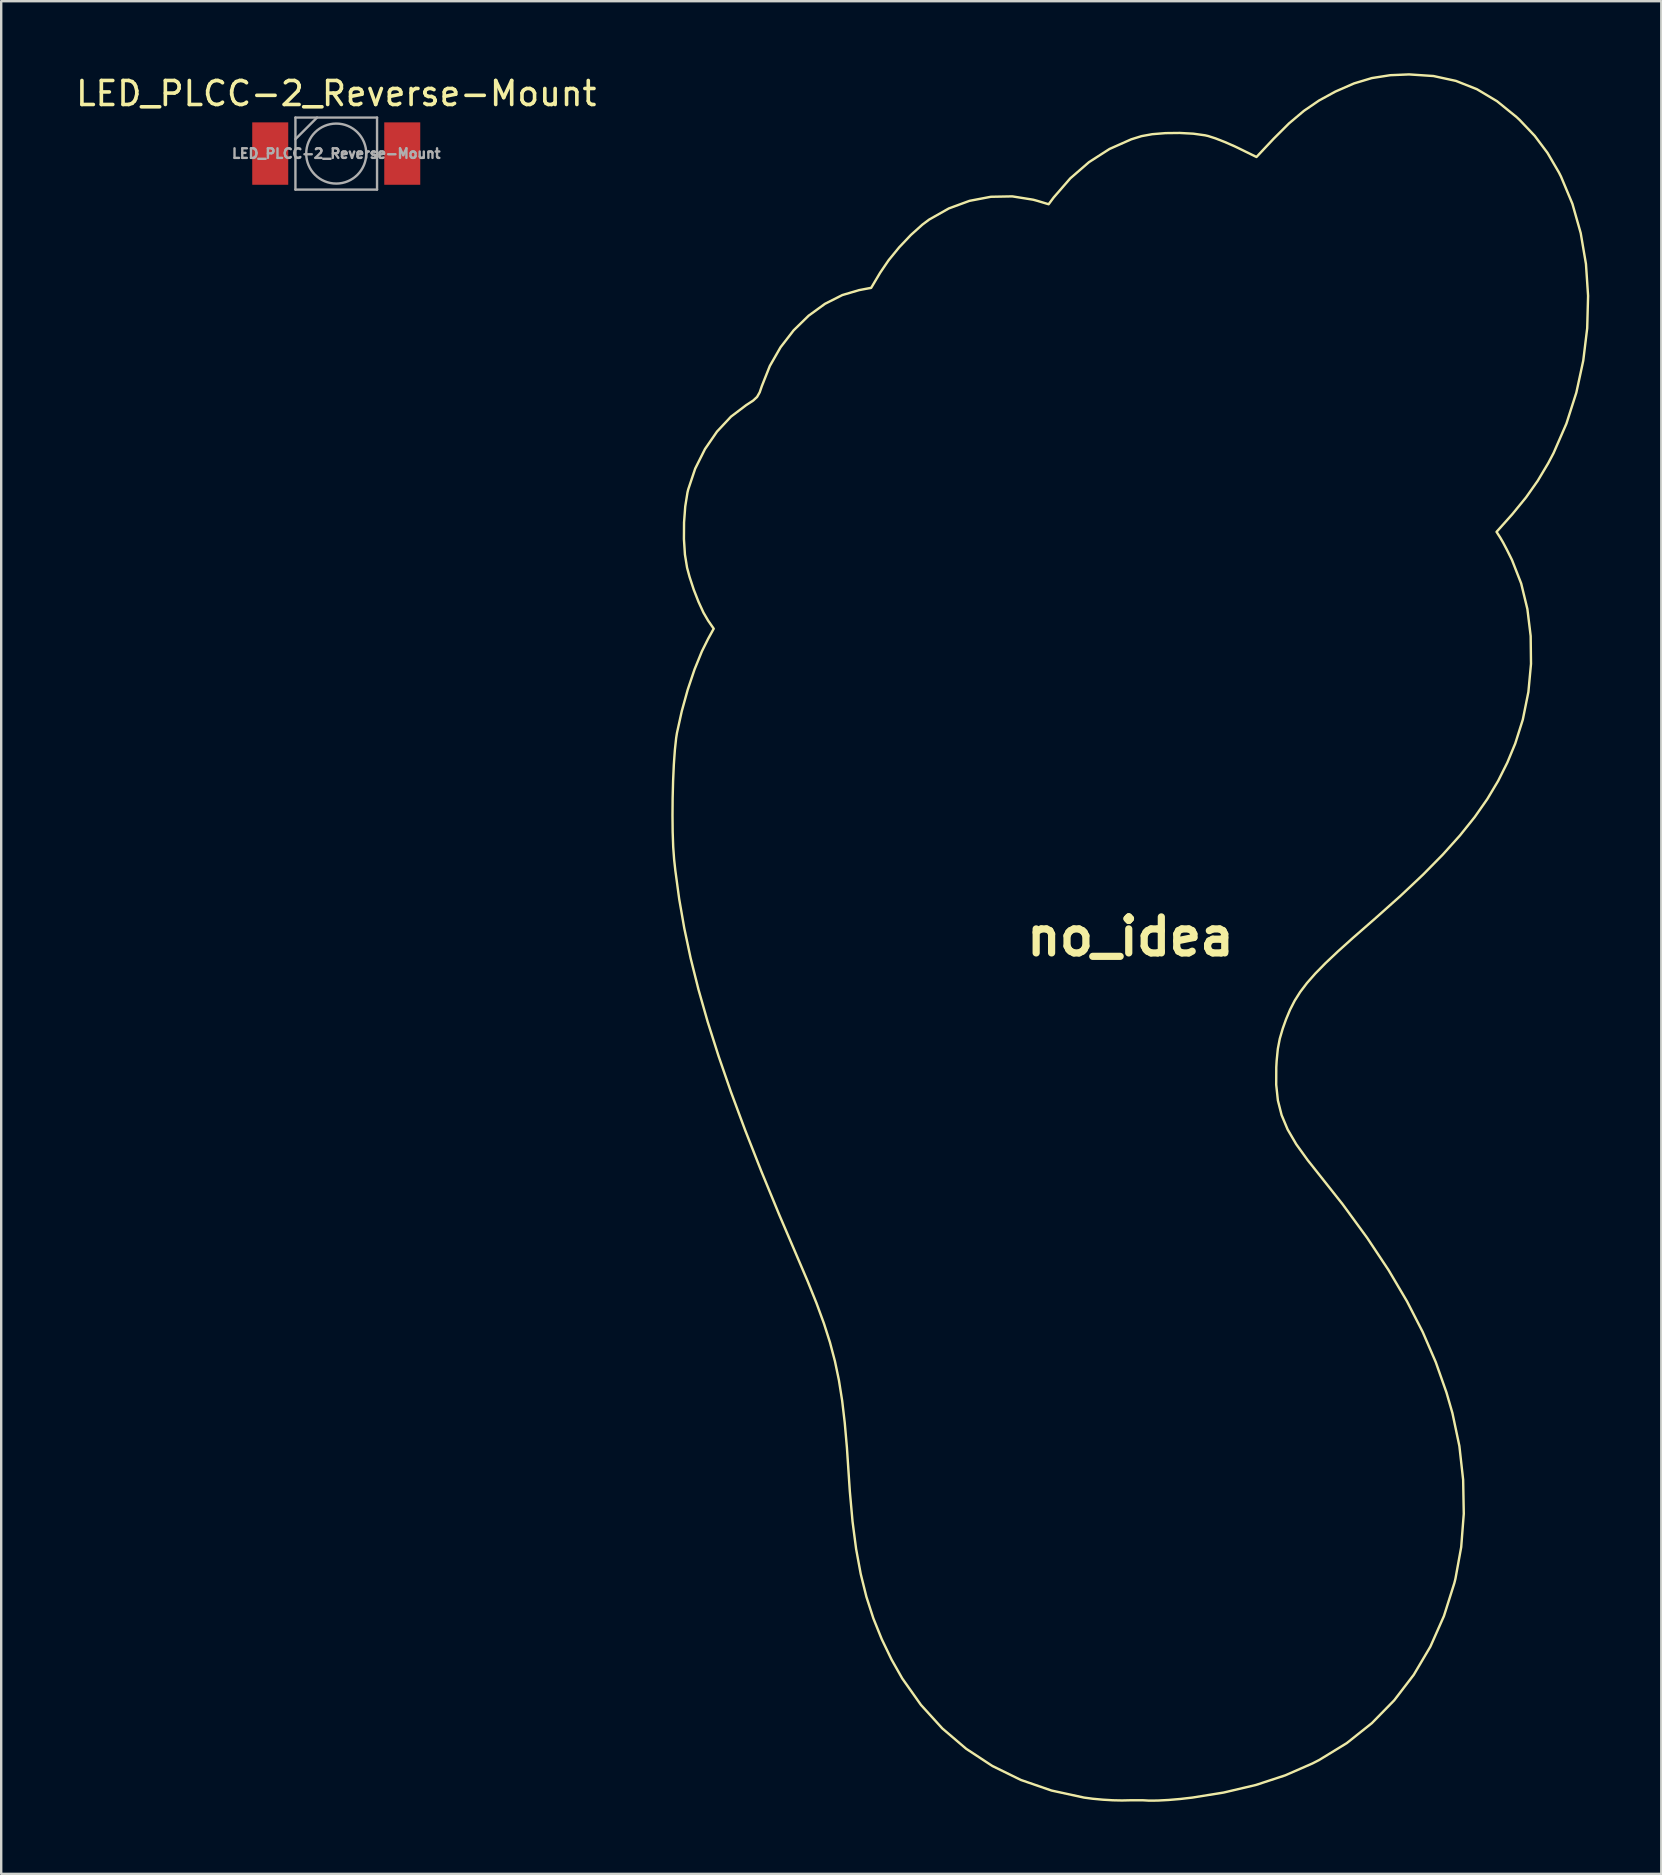
<source format=kicad_pcb>
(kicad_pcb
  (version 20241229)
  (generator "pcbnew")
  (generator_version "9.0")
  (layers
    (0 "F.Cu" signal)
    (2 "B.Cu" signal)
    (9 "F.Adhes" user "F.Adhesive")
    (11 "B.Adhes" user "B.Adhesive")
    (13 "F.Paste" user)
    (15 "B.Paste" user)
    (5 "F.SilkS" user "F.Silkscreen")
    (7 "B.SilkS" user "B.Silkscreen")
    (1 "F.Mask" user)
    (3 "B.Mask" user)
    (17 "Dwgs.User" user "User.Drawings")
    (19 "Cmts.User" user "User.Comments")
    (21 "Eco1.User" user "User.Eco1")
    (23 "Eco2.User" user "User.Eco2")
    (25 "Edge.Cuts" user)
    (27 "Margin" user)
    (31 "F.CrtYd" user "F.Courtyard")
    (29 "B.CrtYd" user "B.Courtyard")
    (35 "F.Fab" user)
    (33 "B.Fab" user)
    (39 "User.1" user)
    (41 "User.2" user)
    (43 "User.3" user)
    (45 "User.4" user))
  (footprint "no_idea"
    (layer "F.Cu")
    (at 44.046 35.971)
    (property "Reference" "no_idea" (at 0 0 0) (layer "F.SilkS") (effects (font (size 1.5 1.5) (thickness 0.3))))
    (attr board_only exclude_from_pos_files exclude_from_bom)
    (fp_poly (pts (xy 12.622 -35.854) (xy 13.558 -35.651) (xy 14.435 -35.304) (xy 15.269 -34.806) (xy 16.081 -34.148) (xy 16.211 -34.027) (xy 16.842 -33.362) (xy 17.374 -32.652) (xy 17.848 -31.84) (xy 17.936 -31.666) (xy 18.412 -30.53) (xy 18.758 -29.309) (xy 18.976 -28.025) (xy 19.065 -26.697) (xy 19.028 -25.347) (xy 18.864 -23.996) (xy 18.576 -22.665) (xy 18.163 -21.374) (xy 17.627 -20.146) (xy 17.404 -19.723) (xy 16.965 -18.987) (xy 16.482 -18.301) (xy 15.913 -17.605) (xy 15.743 -17.413) (xy 15.251 -16.863) (xy 15.413 -16.611) (xy 15.525 -16.418) (xy 15.679 -16.126) (xy 15.847 -15.789) (xy 15.897 -15.686) (xy 16.278 -14.712) (xy 16.536 -13.649) (xy 16.673 -12.524) (xy 16.687 -11.363) (xy 16.578 -10.193) (xy 16.346 -9.043) (xy 16.03 -8.044) (xy 15.701 -7.252) (xy 15.317 -6.486) (xy 14.868 -5.734) (xy 14.342 -4.982) (xy 13.727 -4.215) (xy 13.014 -3.421) (xy 12.19 -2.584) (xy 11.245 -1.693) (xy 10.167 -0.732) (xy 10.009 -0.594) (xy 9.267 0.054) (xy 8.645 0.614) (xy 8.127 1.103) (xy 7.702 1.537) (xy 7.355 1.931) (xy 7.073 2.303) (xy 6.842 2.668) (xy 6.65 3.043) (xy 6.482 3.443) (xy 6.345 3.827) (xy 6.221 4.251) (xy 6.139 4.678) (xy 6.09 5.176) (xy 6.075 5.445) (xy 6.072 6.172) (xy 6.142 6.825) (xy 6.297 7.435) (xy 6.547 8.032) (xy 6.906 8.648) (xy 7.385 9.314) (xy 7.678 9.683) (xy 8.84 11.151) (xy 9.862 12.55) (xy 10.754 13.894) (xy 11.523 15.197) (xy 12.176 16.472) (xy 12.721 17.733) (xy 13.166 18.994) (xy 13.413 19.849) (xy 13.703 21.223) (xy 13.86 22.633) (xy 13.886 24.047) (xy 13.779 25.431) (xy 13.539 26.75) (xy 13.493 26.934) (xy 13.06 28.304) (xy 12.495 29.579) (xy 11.802 30.752) (xy 10.987 31.817) (xy 10.055 32.769) (xy 9.01 33.6) (xy 7.857 34.305) (xy 7.582 34.446) (xy 6.446 34.942) (xy 5.22 35.344) (xy 3.884 35.658) (xy 2.579 35.868) (xy 2.066 35.927) (xy 1.579 35.968) (xy 1.142 35.991) (xy 0.781 35.995) (xy 0.521 35.98) (xy -0.039 35.981) (xy -0.353 35.988) (xy -0.737 35.98) (xy -1.157 35.955) (xy -1.581 35.915) (xy -1.934 35.868) (xy -3.29 35.574) (xy -4.564 35.134) (xy -5.751 34.553) (xy -6.844 33.835) (xy -7.839 32.986) (xy -8.728 32.008) (xy -9.506 30.907) (xy -9.953 30.118) (xy -10.364 29.263) (xy -10.712 28.399) (xy -11.001 27.503) (xy -11.238 26.549) (xy -11.429 25.514) (xy -11.578 24.372) (xy -11.692 23.101) (xy -11.735 22.456) (xy -11.813 21.287) (xy -11.903 20.256) (xy -12.011 19.332) (xy -12.145 18.486) (xy -12.312 17.688) (xy -12.518 16.907) (xy -12.771 16.113) (xy -13.078 15.276) (xy -13.445 14.365) (xy -13.796 13.542) (xy -14.631 11.59) (xy -15.381 9.769) (xy -16.051 8.066) (xy -16.644 6.47) (xy -17.163 4.968) (xy -17.614 3.547) (xy -17.999 2.195) (xy -18.323 0.901) (xy -18.588 -0.349) (xy -18.8 -1.566) (xy -18.962 -2.764) (xy -19.012 -3.223) (xy -19.05 -3.739) (xy -19.072 -4.36) (xy -19.079 -5.05) (xy -19.073 -5.773) (xy -19.054 -6.493) (xy -19.023 -7.174) (xy -18.98 -7.778) (xy -18.927 -8.272) (xy -18.893 -8.486) (xy -18.694 -9.389) (xy -18.446 -10.285) (xy -18.162 -11.13) (xy -17.855 -11.885) (xy -17.595 -12.407) (xy -17.362 -12.829) (xy -17.594 -13.164) (xy -17.788 -13.497) (xy -17.994 -13.946) (xy -18.195 -14.459) (xy -18.368 -14.986) (xy -18.472 -15.371) (xy -18.561 -15.919) (xy -18.603 -16.567) (xy -18.598 -17.256) (xy -18.548 -17.924) (xy -18.454 -18.51) (xy -18.425 -18.629) (xy -18.133 -19.499) (xy -17.726 -20.312) (xy -17.224 -21.042) (xy -16.643 -21.663) (xy -16.004 -22.147) (xy -15.986 -22.158) (xy -15.719 -22.332) (xy -15.555 -22.485) (xy -15.447 -22.675) (xy -15.357 -22.936) (xy -15.025 -23.773) (xy -14.578 -24.553) (xy -14.033 -25.258) (xy -13.41 -25.867) (xy -12.728 -26.363) (xy -12.006 -26.728) (xy -11.306 -26.934) (xy -10.802 -27.03) (xy -10.427 -27.661) (xy -10.074 -28.181) (xy -9.634 -28.719) (xy -9.151 -29.229) (xy -8.667 -29.664) (xy -8.383 -29.876) (xy -7.568 -30.337) (xy -6.705 -30.654) (xy -5.815 -30.823) (xy -4.923 -30.84) (xy -4.052 -30.701) (xy -3.87 -30.651) (xy -3.409 -30.512) (xy -3.198 -30.795) (xy -2.509 -31.589) (xy -1.726 -32.267) (xy -0.872 -32.815) (xy 0.033 -33.217) (xy 0.463 -33.35) (xy 0.91 -33.431) (xy 1.459 -33.475) (xy 2.05 -33.482) (xy 2.62 -33.452) (xy 3.107 -33.384) (xy 3.238 -33.354) (xy 3.545 -33.255) (xy 3.934 -33.103) (xy 4.339 -32.926) (xy 4.496 -32.851) (xy 5.25 -32.481) (xy 5.965 -33.241) (xy 6.608 -33.882) (xy 7.225 -34.402) (xy 7.859 -34.835) (xy 8.537 -35.206) (xy 9.316 -35.546) (xy 10.055 -35.768) (xy 10.82 -35.888) (xy 11.607 -35.921)) (stroke (width 0.01) (type solid)) (fill no) (layer "F.SilkS"))
    (fp_poly (pts (xy 12.622 -35.854) (xy 13.558 -35.651) (xy 14.435 -35.304) (xy 15.269 -34.806) (xy 16.081 -34.148) (xy 16.211 -34.027) (xy 16.842 -33.362) (xy 17.374 -32.652) (xy 17.848 -31.84) (xy 17.936 -31.666) (xy 18.412 -30.53) (xy 18.758 -29.309) (xy 18.976 -28.025) (xy 19.065 -26.697) (xy 19.028 -25.347) (xy 18.864 -23.996) (xy 18.576 -22.665) (xy 18.163 -21.374) (xy 17.627 -20.146) (xy 17.404 -19.723) (xy 16.965 -18.987) (xy 16.482 -18.301) (xy 15.913 -17.605) (xy 15.743 -17.413) (xy 15.251 -16.863) (xy 15.413 -16.611) (xy 15.525 -16.418) (xy 15.679 -16.126) (xy 15.847 -15.789) (xy 15.897 -15.686) (xy 16.278 -14.712) (xy 16.536 -13.649) (xy 16.673 -12.524) (xy 16.687 -11.363) (xy 16.578 -10.193) (xy 16.346 -9.043) (xy 16.03 -8.044) (xy 15.701 -7.252) (xy 15.317 -6.486) (xy 14.868 -5.734) (xy 14.342 -4.982) (xy 13.727 -4.215) (xy 13.014 -3.421) (xy 12.19 -2.584) (xy 11.245 -1.693) (xy 10.167 -0.732) (xy 10.009 -0.594) (xy 9.267 0.054) (xy 8.645 0.614) (xy 8.127 1.103) (xy 7.702 1.537) (xy 7.355 1.931) (xy 7.073 2.303) (xy 6.842 2.668) (xy 6.65 3.043) (xy 6.482 3.443) (xy 6.345 3.827) (xy 6.221 4.251) (xy 6.139 4.678) (xy 6.09 5.176) (xy 6.075 5.445) (xy 6.072 6.172) (xy 6.142 6.825) (xy 6.297 7.435) (xy 6.547 8.032) (xy 6.906 8.648) (xy 7.385 9.314) (xy 7.678 9.683) (xy 8.84 11.151) (xy 9.862 12.55) (xy 10.754 13.894) (xy 11.523 15.197) (xy 12.176 16.472) (xy 12.721 17.733) (xy 13.166 18.994) (xy 13.413 19.849) (xy 13.703 21.223) (xy 13.86 22.633) (xy 13.886 24.047) (xy 13.779 25.431) (xy 13.539 26.75) (xy 13.493 26.934) (xy 13.06 28.304) (xy 12.495 29.579) (xy 11.802 30.752) (xy 10.987 31.817) (xy 10.055 32.769) (xy 9.01 33.6) (xy 7.857 34.305) (xy 7.582 34.446) (xy 6.446 34.942) (xy 5.22 35.344) (xy 3.884 35.658) (xy 2.579 35.868) (xy 2.066 35.927) (xy 1.579 35.968) (xy 1.142 35.991) (xy 0.781 35.995) (xy 0.521 35.98) (xy -0.039 35.981) (xy -0.353 35.988) (xy -0.737 35.98) (xy -1.157 35.955) (xy -1.581 35.915) (xy -1.934 35.868) (xy -3.29 35.574) (xy -4.564 35.134) (xy -5.751 34.553) (xy -6.844 33.835) (xy -7.839 32.986) (xy -8.728 32.008) (xy -9.506 30.907) (xy -9.953 30.118) (xy -10.364 29.263) (xy -10.712 28.399) (xy -11.001 27.503) (xy -11.238 26.549) (xy -11.429 25.514) (xy -11.578 24.372) (xy -11.692 23.101) (xy -11.735 22.456) (xy -11.813 21.287) (xy -11.903 20.256) (xy -12.011 19.332) (xy -12.145 18.486) (xy -12.312 17.688) (xy -12.518 16.907) (xy -12.771 16.113) (xy -13.078 15.276) (xy -13.445 14.365) (xy -13.796 13.542) (xy -14.631 11.59) (xy -15.381 9.769) (xy -16.051 8.066) (xy -16.644 6.47) (xy -17.163 4.968) (xy -17.614 3.547) (xy -17.999 2.195) (xy -18.323 0.901) (xy -18.588 -0.349) (xy -18.8 -1.566) (xy -18.962 -2.764) (xy -19.012 -3.223) (xy -19.05 -3.739) (xy -19.072 -4.36) (xy -19.079 -5.05) (xy -19.073 -5.773) (xy -19.054 -6.493) (xy -19.023 -7.174) (xy -18.98 -7.778) (xy -18.927 -8.272) (xy -18.893 -8.486) (xy -18.694 -9.389) (xy -18.446 -10.285) (xy -18.162 -11.13) (xy -17.855 -11.885) (xy -17.595 -12.407) (xy -17.362 -12.829) (xy -17.594 -13.164) (xy -17.788 -13.497) (xy -17.994 -13.946) (xy -18.195 -14.459) (xy -18.368 -14.986) (xy -18.472 -15.371) (xy -18.561 -15.919) (xy -18.603 -16.567) (xy -18.598 -17.256) (xy -18.548 -17.924) (xy -18.454 -18.51) (xy -18.425 -18.629) (xy -18.133 -19.499) (xy -17.726 -20.312) (xy -17.224 -21.042) (xy -16.643 -21.663) (xy -16.004 -22.147) (xy -15.986 -22.158) (xy -15.719 -22.332) (xy -15.555 -22.485) (xy -15.447 -22.675) (xy -15.357 -22.936) (xy -15.025 -23.773) (xy -14.578 -24.553) (xy -14.033 -25.258) (xy -13.41 -25.867) (xy -12.728 -26.363) (xy -12.006 -26.728) (xy -11.306 -26.934) (xy -10.802 -27.03) (xy -10.427 -27.661) (xy -10.074 -28.181) (xy -9.634 -28.719) (xy -9.151 -29.229) (xy -8.667 -29.664) (xy -8.383 -29.876) (xy -7.568 -30.337) (xy -6.705 -30.654) (xy -5.815 -30.823) (xy -4.923 -30.84) (xy -4.052 -30.701) (xy -3.87 -30.651) (xy -3.409 -30.512) (xy -3.198 -30.795) (xy -2.509 -31.589) (xy -1.726 -32.267) (xy -0.872 -32.815) (xy 0.033 -33.217) (xy 0.463 -33.35) (xy 0.91 -33.431) (xy 1.459 -33.475) (xy 2.05 -33.482) (xy 2.62 -33.452) (xy 3.107 -33.384) (xy 3.238 -33.354) (xy 3.545 -33.255) (xy 3.934 -33.103) (xy 4.339 -32.926) (xy 4.496 -32.851) (xy 5.25 -32.481) (xy 5.965 -33.241) (xy 6.608 -33.882) (xy 7.225 -34.402) (xy 7.859 -34.835) (xy 8.537 -35.206) (xy 9.316 -35.546) (xy 10.055 -35.768) (xy 10.82 -35.888) (xy 11.607 -35.921)) (stroke (width 0.1) (type solid)) (fill no) (layer "F.SilkS"))
    (fp_poly (pts (xy 12.622 -35.854) (xy 13.558 -35.651) (xy 14.435 -35.304) (xy 15.269 -34.806) (xy 16.081 -34.148) (xy 16.211 -34.027) (xy 16.842 -33.362) (xy 17.374 -32.652) (xy 17.848 -31.84) (xy 17.936 -31.666) (xy 18.412 -30.53) (xy 18.758 -29.309) (xy 18.976 -28.025) (xy 19.065 -26.697) (xy 19.028 -25.347) (xy 18.864 -23.996) (xy 18.576 -22.665) (xy 18.163 -21.374) (xy 17.627 -20.146) (xy 17.404 -19.723) (xy 16.965 -18.987) (xy 16.482 -18.301) (xy 15.913 -17.605) (xy 15.743 -17.413) (xy 15.251 -16.863) (xy 15.413 -16.611) (xy 15.525 -16.418) (xy 15.679 -16.126) (xy 15.847 -15.789) (xy 15.897 -15.686) (xy 16.278 -14.712) (xy 16.536 -13.649) (xy 16.673 -12.524) (xy 16.687 -11.363) (xy 16.578 -10.193) (xy 16.346 -9.043) (xy 16.03 -8.044) (xy 15.701 -7.252) (xy 15.317 -6.486) (xy 14.868 -5.734) (xy 14.342 -4.982) (xy 13.727 -4.215) (xy 13.014 -3.421) (xy 12.19 -2.584) (xy 11.245 -1.693) (xy 10.167 -0.732) (xy 10.009 -0.594) (xy 9.267 0.054) (xy 8.645 0.614) (xy 8.127 1.103) (xy 7.702 1.537) (xy 7.355 1.931) (xy 7.073 2.303) (xy 6.842 2.668) (xy 6.65 3.043) (xy 6.482 3.443) (xy 6.345 3.827) (xy 6.221 4.251) (xy 6.139 4.678) (xy 6.09 5.176) (xy 6.075 5.445) (xy 6.072 6.172) (xy 6.142 6.825) (xy 6.297 7.435) (xy 6.547 8.032) (xy 6.906 8.648) (xy 7.385 9.314) (xy 7.678 9.683) (xy 8.84 11.151) (xy 9.862 12.55) (xy 10.754 13.894) (xy 11.523 15.197) (xy 12.176 16.472) (xy 12.721 17.733) (xy 13.166 18.994) (xy 13.413 19.849) (xy 13.703 21.223) (xy 13.86 22.633) (xy 13.886 24.047) (xy 13.779 25.431) (xy 13.539 26.75) (xy 13.493 26.934) (xy 13.06 28.304) (xy 12.495 29.579) (xy 11.802 30.752) (xy 10.987 31.817) (xy 10.055 32.769) (xy 9.01 33.6) (xy 7.857 34.305) (xy 7.582 34.446) (xy 6.446 34.942) (xy 5.22 35.344) (xy 3.884 35.658) (xy 2.579 35.868) (xy 2.066 35.927) (xy 1.579 35.968) (xy 1.142 35.991) (xy 0.781 35.995) (xy 0.521 35.98) (xy -0.039 35.981) (xy -0.353 35.988) (xy -0.737 35.98) (xy -1.157 35.955) (xy -1.581 35.915) (xy -1.934 35.868) (xy -3.29 35.574) (xy -4.564 35.134) (xy -5.751 34.553) (xy -6.844 33.835) (xy -7.839 32.986) (xy -8.728 32.008) (xy -9.506 30.907) (xy -9.953 30.118) (xy -10.364 29.263) (xy -10.712 28.399) (xy -11.001 27.503) (xy -11.238 26.549) (xy -11.429 25.514) (xy -11.578 24.372) (xy -11.692 23.101) (xy -11.735 22.456) (xy -11.813 21.287) (xy -11.903 20.256) (xy -12.011 19.332) (xy -12.145 18.486) (xy -12.312 17.688) (xy -12.518 16.907) (xy -12.771 16.113) (xy -13.078 15.276) (xy -13.445 14.365) (xy -13.796 13.542) (xy -14.631 11.59) (xy -15.381 9.769) (xy -16.051 8.066) (xy -16.644 6.47) (xy -17.163 4.968) (xy -17.614 3.547) (xy -17.999 2.195) (xy -18.323 0.901) (xy -18.588 -0.349) (xy -18.8 -1.566) (xy -18.962 -2.764) (xy -19.012 -3.223) (xy -19.05 -3.739) (xy -19.072 -4.36) (xy -19.079 -5.05) (xy -19.073 -5.773) (xy -19.054 -6.493) (xy -19.023 -7.174) (xy -18.98 -7.778) (xy -18.927 -8.272) (xy -18.893 -8.486) (xy -18.694 -9.389) (xy -18.446 -10.285) (xy -18.162 -11.13) (xy -17.855 -11.885) (xy -17.595 -12.407) (xy -17.362 -12.829) (xy -17.594 -13.164) (xy -17.788 -13.497) (xy -17.994 -13.946) (xy -18.195 -14.459) (xy -18.368 -14.986) (xy -18.472 -15.371) (xy -18.561 -15.919) (xy -18.603 -16.567) (xy -18.598 -17.256) (xy -18.548 -17.924) (xy -18.454 -18.51) (xy -18.425 -18.629) (xy -18.133 -19.499) (xy -17.726 -20.312) (xy -17.224 -21.042) (xy -16.643 -21.663) (xy -16.004 -22.147) (xy -15.986 -22.158) (xy -15.719 -22.332) (xy -15.555 -22.485) (xy -15.447 -22.675) (xy -15.357 -22.936) (xy -15.025 -23.773) (xy -14.578 -24.553) (xy -14.033 -25.258) (xy -13.41 -25.867) (xy -12.728 -26.363) (xy -12.006 -26.728) (xy -11.306 -26.934) (xy -10.802 -27.03) (xy -10.427 -27.661) (xy -10.074 -28.181) (xy -9.634 -28.719) (xy -9.151 -29.229) (xy -8.667 -29.664) (xy -8.383 -29.876) (xy -7.568 -30.337) (xy -6.705 -30.654) (xy -5.815 -30.823) (xy -4.923 -30.84) (xy -4.052 -30.701) (xy -3.87 -30.651) (xy -3.409 -30.512) (xy -3.198 -30.795) (xy -2.509 -31.589) (xy -1.726 -32.267) (xy -0.872 -32.815) (xy 0.033 -33.217) (xy 0.463 -33.35) (xy 0.91 -33.431) (xy 1.459 -33.475) (xy 2.05 -33.482) (xy 2.62 -33.452) (xy 3.107 -33.384) (xy 3.238 -33.354) (xy 3.545 -33.255) (xy 3.934 -33.103) (xy 4.339 -32.926) (xy 4.496 -32.851) (xy 5.25 -32.481) (xy 5.965 -33.241) (xy 6.608 -33.882) (xy 7.225 -34.402) (xy 7.859 -34.835) (xy 8.537 -35.206) (xy 9.316 -35.546) (xy 10.055 -35.768) (xy 10.82 -35.888) (xy 11.607 -35.921)) (stroke (width 0.01) (type solid)) (fill no) (layer "Edge.Cuts")))
  (footprint "LED_PLCC-2_Reverse-Mount"
    (layer "F.Cu")
    (at 10.958 3.348)
    (property "Reference" "LED_PLCC-2_Reverse-Mount" (at 0 -2.5 0) (layer "F.SilkS") (effects (font (size 1 1) (thickness 0.15))))
    (attr smd)
    (fp_line (start -1.7 -1.5) (end -1.7 1.5) (stroke (width 0.1) (type solid)) (layer "F.Fab"))
    (fp_line (start -1.7 -0.6) (end -0.8 -1.5) (stroke (width 0.1) (type solid)) (layer "F.Fab"))
    (fp_line (start -1.7 1.5) (end 1.7 1.5) (stroke (width 0.1) (type solid)) (layer "F.Fab"))
    (fp_line (start 1.7 -1.5) (end -1.7 -1.5) (stroke (width 0.1) (type solid)) (layer "F.Fab"))
    (fp_line (start 1.7 1.5) (end 1.7 -1.5) (stroke (width 0.1) (type solid)) (layer "F.Fab"))
    (fp_circle (center 0 0) (end 0 -1.25) (stroke (width 0.1) (type solid)) (fill no) (layer "F.Fab"))
    (fp_text user "${REFERENCE}" (at 0 0 0) (layer "F.Fab") (effects (font (size 0.4 0.4) (thickness 0.1))))
    (pad "1" smd rect (at -2.75 0) (size 1.5 2.6) (layers "F.Cu" "F.Mask" "F.Paste"))
    (pad "2" smd rect (at 2.75 0) (size 1.5 2.6) (layers "F.Cu" "F.Mask" "F.Paste"))
    (zone (net_name "") (layers "F.Mask" "F.SilkS") (name "P1") (hatch edge 0.5) (connect_pads) (min_thickness 0.25) (filled_areas_thickness no) (keepout (tracks not_allowed) (vias not_allowed) (pads allowed) (copperpour not_allowed) (footprints allowed)) (placement (enabled no)) (fill) (polygon (pts (xy 7.402 1.951) (xy 9.053 1.951) (xy 9.053 4.745) (xy 7.402 4.745))))
    (zone (net_name "") (layers "F.Mask" "F.SilkS") (name "P2") (hatch edge 0.5) (connect_pads) (min_thickness 0.25) (filled_areas_thickness no) (keepout (tracks not_allowed) (vias not_allowed) (pads allowed) (copperpour not_allowed) (footprints allowed)) (placement (enabled no)) (fill) (polygon (pts (xy 12.863 1.951) (xy 14.514 1.951) (xy 14.514 4.745) (xy 12.863 4.745))))
    (zone (net_name "") (layers "F.Mask" "F.SilkS") (name "L1") (hatch edge 0.5) (connect_pads) (min_thickness 0.25) (filled_areas_thickness no) (keepout (tracks not_allowed) (vias not_allowed) (pads not_allowed) (copperpour not_allowed) (footprints allowed)) (placement (enabled no)) (fill) (polygon (pts (xy 12.308 3.348) (xy 12.288 3.114) (xy 12.227 2.887) (xy 12.127 2.673) (xy 11.993 2.48) (xy 11.826 2.314) (xy 11.633 2.179) (xy 11.42 2.08) (xy 11.193 2.019) (xy 10.958 1.998) (xy 10.724 2.019) (xy 10.497 2.08) (xy 10.283 2.179) (xy 10.091 2.314) (xy 9.924 2.48) (xy 9.789 2.673) (xy 9.69 2.887) (xy 9.629 3.114) (xy 9.608 3.348) (xy 9.629 3.583) (xy 9.69 3.81) (xy 9.789 4.023) (xy 9.924 4.216) (xy 10.091 4.382) (xy 10.283 4.517) (xy 10.497 4.617) (xy 10.724 4.678) (xy 10.958 4.698) (xy 11.193 4.678) (xy 11.42 4.617) (xy 11.633 4.517) (xy 11.826 4.382) (xy 11.993 4.216) (xy 12.127 4.023) (xy 12.227 3.81) (xy 12.288 3.583)))))
  (gr_rect
    (start -3 -3)
    (end 66.161 75.016)
    (stroke (width 0.1) (type default))
    (fill no)
    (layer "Edge.Cuts")))
</source>
